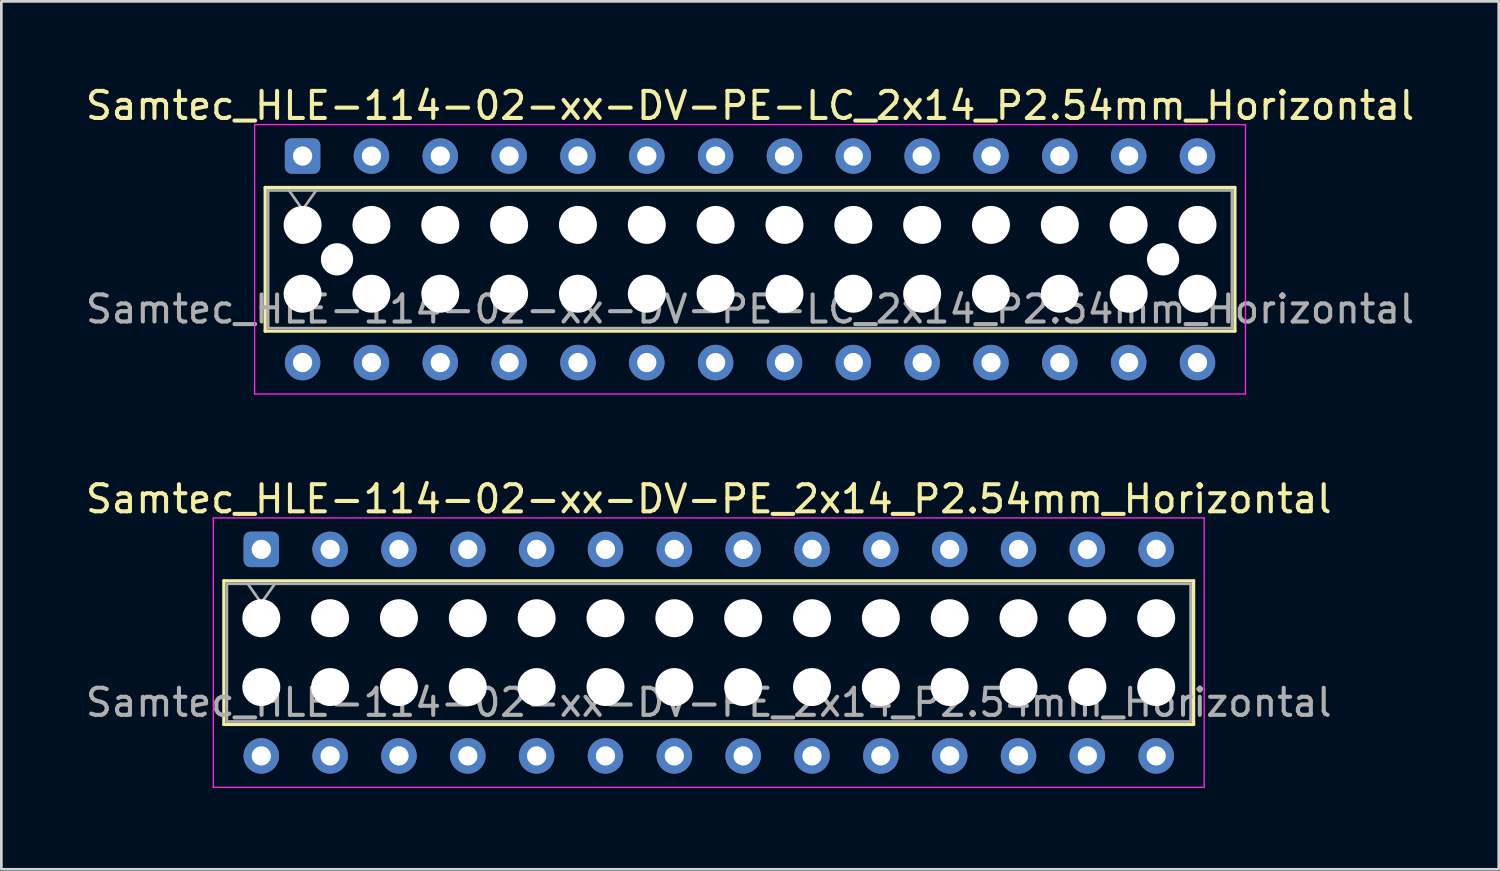
<source format=kicad_pcb>
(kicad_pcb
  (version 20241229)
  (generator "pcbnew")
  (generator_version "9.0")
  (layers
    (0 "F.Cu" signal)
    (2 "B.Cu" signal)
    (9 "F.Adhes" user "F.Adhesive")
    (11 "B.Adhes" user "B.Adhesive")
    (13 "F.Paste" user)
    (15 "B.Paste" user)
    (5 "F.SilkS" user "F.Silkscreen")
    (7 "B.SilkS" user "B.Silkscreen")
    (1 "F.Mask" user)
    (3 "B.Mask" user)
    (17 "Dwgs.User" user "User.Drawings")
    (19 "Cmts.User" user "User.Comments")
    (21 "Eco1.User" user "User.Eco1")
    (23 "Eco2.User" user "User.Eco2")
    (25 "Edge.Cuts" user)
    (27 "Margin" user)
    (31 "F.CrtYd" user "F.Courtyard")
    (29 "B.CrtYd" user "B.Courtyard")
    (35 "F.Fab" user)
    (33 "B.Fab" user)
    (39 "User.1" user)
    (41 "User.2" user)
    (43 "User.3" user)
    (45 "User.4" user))
  (footprint "Samtec_HLE-114-02-xx-DV-PE-LC_2x14_P2.54mm_Horizontal"
    (layer "F.Cu")
    (at 8.115 2.708)
    (property "Reference" "Samtec_HLE-114-02-xx-DV-PE-LC_2x14_P2.54mm_Horizontal" (at 16.51 -1.86 0) (layer "F.SilkS") (effects (font (size 1 1) (thickness 0.15))))
    (attr through_hole)
    (fp_line (start -1.38 1.16) (end 34.4 1.16) (stroke (width 0.12) (type solid)) (layer "F.SilkS"))
    (fp_line (start -1.38 6.46) (end -1.38 1.16) (stroke (width 0.12) (type solid)) (layer "F.SilkS"))
    (fp_line (start 34.4 1.16) (end 34.4 6.46) (stroke (width 0.12) (type solid)) (layer "F.SilkS"))
    (fp_line (start 34.4 6.46) (end -1.38 6.46) (stroke (width 0.12) (type solid)) (layer "F.SilkS"))
    (fp_line (start -1.77 -1.16) (end 34.79 -1.16) (stroke (width 0.05) (type solid)) (layer "F.CrtYd"))
    (fp_line (start -1.77 8.78) (end -1.77 -1.16) (stroke (width 0.05) (type solid)) (layer "F.CrtYd"))
    (fp_line (start 34.79 -1.16) (end 34.79 8.78) (stroke (width 0.05) (type solid)) (layer "F.CrtYd"))
    (fp_line (start 34.79 8.78) (end -1.77 8.78) (stroke (width 0.05) (type solid)) (layer "F.CrtYd"))
    (fp_line (start -1.27 1.27) (end 34.29 1.27) (stroke (width 0.1) (type solid)) (layer "F.Fab"))
    (fp_line (start -1.27 6.35) (end -1.27 1.27) (stroke (width 0.1) (type solid)) (layer "F.Fab"))
    (fp_line (start -0.5 1.27) (end 0 1.977) (stroke (width 0.1) (type solid)) (layer "F.Fab"))
    (fp_line (start 0 1.977) (end 0.5 1.27) (stroke (width 0.1) (type solid)) (layer "F.Fab"))
    (fp_line (start 34.29 1.27) (end 34.29 6.35) (stroke (width 0.1) (type solid)) (layer "F.Fab"))
    (fp_line (start 34.29 6.35) (end -1.27 6.35) (stroke (width 0.1) (type solid)) (layer "F.Fab"))
    (fp_text user "${REFERENCE}" (at 16.51 5.65 0) (layer "F.Fab") (effects (font (size 1 1) (thickness 0.15))))
    (pad "" np_thru_hole circle (at 0 2.54) (size 1.4 1.4) (drill 1.4) (layers "*.Cu" "*.Mask"))
    (pad "" np_thru_hole circle (at 0 5.08) (size 1.4 1.4) (drill 1.4) (layers "*.Cu" "*.Mask"))
    (pad "" np_thru_hole circle (at 1.27 3.81) (size 1.19 1.19) (drill 1.19) (layers "*.Cu" "*.Mask"))
    (pad "" np_thru_hole circle (at 2.54 2.54) (size 1.4 1.4) (drill 1.4) (layers "*.Cu" "*.Mask"))
    (pad "" np_thru_hole circle (at 2.54 5.08) (size 1.4 1.4) (drill 1.4) (layers "*.Cu" "*.Mask"))
    (pad "" np_thru_hole circle (at 5.08 2.54) (size 1.4 1.4) (drill 1.4) (layers "*.Cu" "*.Mask"))
    (pad "" np_thru_hole circle (at 5.08 5.08) (size 1.4 1.4) (drill 1.4) (layers "*.Cu" "*.Mask"))
    (pad "" np_thru_hole circle (at 7.62 2.54) (size 1.4 1.4) (drill 1.4) (layers "*.Cu" "*.Mask"))
    (pad "" np_thru_hole circle (at 7.62 5.08) (size 1.4 1.4) (drill 1.4) (layers "*.Cu" "*.Mask"))
    (pad "" np_thru_hole circle (at 10.16 2.54) (size 1.4 1.4) (drill 1.4) (layers "*.Cu" "*.Mask"))
    (pad "" np_thru_hole circle (at 10.16 5.08) (size 1.4 1.4) (drill 1.4) (layers "*.Cu" "*.Mask"))
    (pad "" np_thru_hole circle (at 12.7 2.54) (size 1.4 1.4) (drill 1.4) (layers "*.Cu" "*.Mask"))
    (pad "" np_thru_hole circle (at 12.7 5.08) (size 1.4 1.4) (drill 1.4) (layers "*.Cu" "*.Mask"))
    (pad "" np_thru_hole circle (at 15.24 2.54) (size 1.4 1.4) (drill 1.4) (layers "*.Cu" "*.Mask"))
    (pad "" np_thru_hole circle (at 15.24 5.08) (size 1.4 1.4) (drill 1.4) (layers "*.Cu" "*.Mask"))
    (pad "" np_thru_hole circle (at 17.78 2.54) (size 1.4 1.4) (drill 1.4) (layers "*.Cu" "*.Mask"))
    (pad "" np_thru_hole circle (at 17.78 5.08) (size 1.4 1.4) (drill 1.4) (layers "*.Cu" "*.Mask"))
    (pad "" np_thru_hole circle (at 20.32 2.54) (size 1.4 1.4) (drill 1.4) (layers "*.Cu" "*.Mask"))
    (pad "" np_thru_hole circle (at 20.32 5.08) (size 1.4 1.4) (drill 1.4) (layers "*.Cu" "*.Mask"))
    (pad "" np_thru_hole circle (at 22.86 2.54) (size 1.4 1.4) (drill 1.4) (layers "*.Cu" "*.Mask"))
    (pad "" np_thru_hole circle (at 22.86 5.08) (size 1.4 1.4) (drill 1.4) (layers "*.Cu" "*.Mask"))
    (pad "" np_thru_hole circle (at 25.4 2.54) (size 1.4 1.4) (drill 1.4) (layers "*.Cu" "*.Mask"))
    (pad "" np_thru_hole circle (at 25.4 5.08) (size 1.4 1.4) (drill 1.4) (layers "*.Cu" "*.Mask"))
    (pad "" np_thru_hole circle (at 27.94 2.54) (size 1.4 1.4) (drill 1.4) (layers "*.Cu" "*.Mask"))
    (pad "" np_thru_hole circle (at 27.94 5.08) (size 1.4 1.4) (drill 1.4) (layers "*.Cu" "*.Mask"))
    (pad "" np_thru_hole circle (at 30.48 2.54) (size 1.4 1.4) (drill 1.4) (layers "*.Cu" "*.Mask"))
    (pad "" np_thru_hole circle (at 30.48 5.08) (size 1.4 1.4) (drill 1.4) (layers "*.Cu" "*.Mask"))
    (pad "" np_thru_hole circle (at 31.75 3.81) (size 1.19 1.19) (drill 1.19) (layers "*.Cu" "*.Mask"))
    (pad "" np_thru_hole circle (at 33.02 2.54) (size 1.4 1.4) (drill 1.4) (layers "*.Cu" "*.Mask"))
    (pad "" np_thru_hole circle (at 33.02 5.08) (size 1.4 1.4) (drill 1.4) (layers "*.Cu" "*.Mask"))
    (pad "1" thru_hole roundrect (at 0 0) (size 1.31 1.31) (drill 0.71) (layers "*.Cu" "*.Mask") (roundrect_rratio 0.191))
    (pad "2" thru_hole circle (at 0 7.62) (size 1.31 1.31) (drill 0.71) (layers "*.Cu" "*.Mask"))
    (pad "3" thru_hole circle (at 2.54 0) (size 1.31 1.31) (drill 0.71) (layers "*.Cu" "*.Mask"))
    (pad "4" thru_hole circle (at 2.54 7.62) (size 1.31 1.31) (drill 0.71) (layers "*.Cu" "*.Mask"))
    (pad "5" thru_hole circle (at 5.08 0) (size 1.31 1.31) (drill 0.71) (layers "*.Cu" "*.Mask"))
    (pad "6" thru_hole circle (at 5.08 7.62) (size 1.31 1.31) (drill 0.71) (layers "*.Cu" "*.Mask"))
    (pad "7" thru_hole circle (at 7.62 0) (size 1.31 1.31) (drill 0.71) (layers "*.Cu" "*.Mask"))
    (pad "8" thru_hole circle (at 7.62 7.62) (size 1.31 1.31) (drill 0.71) (layers "*.Cu" "*.Mask"))
    (pad "9" thru_hole circle (at 10.16 0) (size 1.31 1.31) (drill 0.71) (layers "*.Cu" "*.Mask"))
    (pad "10" thru_hole circle (at 10.16 7.62) (size 1.31 1.31) (drill 0.71) (layers "*.Cu" "*.Mask"))
    (pad "11" thru_hole circle (at 12.7 0) (size 1.31 1.31) (drill 0.71) (layers "*.Cu" "*.Mask"))
    (pad "12" thru_hole circle (at 12.7 7.62) (size 1.31 1.31) (drill 0.71) (layers "*.Cu" "*.Mask"))
    (pad "13" thru_hole circle (at 15.24 0) (size 1.31 1.31) (drill 0.71) (layers "*.Cu" "*.Mask"))
    (pad "14" thru_hole circle (at 15.24 7.62) (size 1.31 1.31) (drill 0.71) (layers "*.Cu" "*.Mask"))
    (pad "15" thru_hole circle (at 17.78 0) (size 1.31 1.31) (drill 0.71) (layers "*.Cu" "*.Mask"))
    (pad "16" thru_hole circle (at 17.78 7.62) (size 1.31 1.31) (drill 0.71) (layers "*.Cu" "*.Mask"))
    (pad "17" thru_hole circle (at 20.32 0) (size 1.31 1.31) (drill 0.71) (layers "*.Cu" "*.Mask"))
    (pad "18" thru_hole circle (at 20.32 7.62) (size 1.31 1.31) (drill 0.71) (layers "*.Cu" "*.Mask"))
    (pad "19" thru_hole circle (at 22.86 0) (size 1.31 1.31) (drill 0.71) (layers "*.Cu" "*.Mask"))
    (pad "20" thru_hole circle (at 22.86 7.62) (size 1.31 1.31) (drill 0.71) (layers "*.Cu" "*.Mask"))
    (pad "21" thru_hole circle (at 25.4 0) (size 1.31 1.31) (drill 0.71) (layers "*.Cu" "*.Mask"))
    (pad "22" thru_hole circle (at 25.4 7.62) (size 1.31 1.31) (drill 0.71) (layers "*.Cu" "*.Mask"))
    (pad "23" thru_hole circle (at 27.94 0) (size 1.31 1.31) (drill 0.71) (layers "*.Cu" "*.Mask"))
    (pad "24" thru_hole circle (at 27.94 7.62) (size 1.31 1.31) (drill 0.71) (layers "*.Cu" "*.Mask"))
    (pad "25" thru_hole circle (at 30.48 0) (size 1.31 1.31) (drill 0.71) (layers "*.Cu" "*.Mask"))
    (pad "26" thru_hole circle (at 30.48 7.62) (size 1.31 1.31) (drill 0.71) (layers "*.Cu" "*.Mask"))
    (pad "27" thru_hole circle (at 33.02 0) (size 1.31 1.31) (drill 0.71) (layers "*.Cu" "*.Mask"))
    (pad "28" thru_hole circle (at 33.02 7.62) (size 1.31 1.31) (drill 0.71) (layers "*.Cu" "*.Mask")))
  (footprint "Samtec_HLE-114-02-xx-DV-PE_2x14_P2.54mm_Horizontal"
    (layer "F.Cu")
    (at 6.591 17.221)
    (property "Reference" "Samtec_HLE-114-02-xx-DV-PE_2x14_P2.54mm_Horizontal" (at 16.51 -1.86 0) (layer "F.SilkS") (effects (font (size 1 1) (thickness 0.15))))
    (attr through_hole)
    (fp_line (start -1.38 1.16) (end 34.4 1.16) (stroke (width 0.12) (type solid)) (layer "F.SilkS"))
    (fp_line (start -1.38 6.46) (end -1.38 1.16) (stroke (width 0.12) (type solid)) (layer "F.SilkS"))
    (fp_line (start 34.4 1.16) (end 34.4 6.46) (stroke (width 0.12) (type solid)) (layer "F.SilkS"))
    (fp_line (start 34.4 6.46) (end -1.38 6.46) (stroke (width 0.12) (type solid)) (layer "F.SilkS"))
    (fp_line (start -1.77 -1.16) (end 34.79 -1.16) (stroke (width 0.05) (type solid)) (layer "F.CrtYd"))
    (fp_line (start -1.77 8.78) (end -1.77 -1.16) (stroke (width 0.05) (type solid)) (layer "F.CrtYd"))
    (fp_line (start 34.79 -1.16) (end 34.79 8.78) (stroke (width 0.05) (type solid)) (layer "F.CrtYd"))
    (fp_line (start 34.79 8.78) (end -1.77 8.78) (stroke (width 0.05) (type solid)) (layer "F.CrtYd"))
    (fp_line (start -1.27 1.27) (end 34.29 1.27) (stroke (width 0.1) (type solid)) (layer "F.Fab"))
    (fp_line (start -1.27 6.35) (end -1.27 1.27) (stroke (width 0.1) (type solid)) (layer "F.Fab"))
    (fp_line (start -0.5 1.27) (end 0 1.977) (stroke (width 0.1) (type solid)) (layer "F.Fab"))
    (fp_line (start 0 1.977) (end 0.5 1.27) (stroke (width 0.1) (type solid)) (layer "F.Fab"))
    (fp_line (start 34.29 1.27) (end 34.29 6.35) (stroke (width 0.1) (type solid)) (layer "F.Fab"))
    (fp_line (start 34.29 6.35) (end -1.27 6.35) (stroke (width 0.1) (type solid)) (layer "F.Fab"))
    (fp_text user "${REFERENCE}" (at 16.51 5.65 0) (layer "F.Fab") (effects (font (size 1 1) (thickness 0.15))))
    (pad "" np_thru_hole circle (at 0 2.54) (size 1.4 1.4) (drill 1.4) (layers "*.Cu" "*.Mask"))
    (pad "" np_thru_hole circle (at 0 5.08) (size 1.4 1.4) (drill 1.4) (layers "*.Cu" "*.Mask"))
    (pad "" np_thru_hole circle (at 2.54 2.54) (size 1.4 1.4) (drill 1.4) (layers "*.Cu" "*.Mask"))
    (pad "" np_thru_hole circle (at 2.54 5.08) (size 1.4 1.4) (drill 1.4) (layers "*.Cu" "*.Mask"))
    (pad "" np_thru_hole circle (at 5.08 2.54) (size 1.4 1.4) (drill 1.4) (layers "*.Cu" "*.Mask"))
    (pad "" np_thru_hole circle (at 5.08 5.08) (size 1.4 1.4) (drill 1.4) (layers "*.Cu" "*.Mask"))
    (pad "" np_thru_hole circle (at 7.62 2.54) (size 1.4 1.4) (drill 1.4) (layers "*.Cu" "*.Mask"))
    (pad "" np_thru_hole circle (at 7.62 5.08) (size 1.4 1.4) (drill 1.4) (layers "*.Cu" "*.Mask"))
    (pad "" np_thru_hole circle (at 10.16 2.54) (size 1.4 1.4) (drill 1.4) (layers "*.Cu" "*.Mask"))
    (pad "" np_thru_hole circle (at 10.16 5.08) (size 1.4 1.4) (drill 1.4) (layers "*.Cu" "*.Mask"))
    (pad "" np_thru_hole circle (at 12.7 2.54) (size 1.4 1.4) (drill 1.4) (layers "*.Cu" "*.Mask"))
    (pad "" np_thru_hole circle (at 12.7 5.08) (size 1.4 1.4) (drill 1.4) (layers "*.Cu" "*.Mask"))
    (pad "" np_thru_hole circle (at 15.24 2.54) (size 1.4 1.4) (drill 1.4) (layers "*.Cu" "*.Mask"))
    (pad "" np_thru_hole circle (at 15.24 5.08) (size 1.4 1.4) (drill 1.4) (layers "*.Cu" "*.Mask"))
    (pad "" np_thru_hole circle (at 17.78 2.54) (size 1.4 1.4) (drill 1.4) (layers "*.Cu" "*.Mask"))
    (pad "" np_thru_hole circle (at 17.78 5.08) (size 1.4 1.4) (drill 1.4) (layers "*.Cu" "*.Mask"))
    (pad "" np_thru_hole circle (at 20.32 2.54) (size 1.4 1.4) (drill 1.4) (layers "*.Cu" "*.Mask"))
    (pad "" np_thru_hole circle (at 20.32 5.08) (size 1.4 1.4) (drill 1.4) (layers "*.Cu" "*.Mask"))
    (pad "" np_thru_hole circle (at 22.86 2.54) (size 1.4 1.4) (drill 1.4) (layers "*.Cu" "*.Mask"))
    (pad "" np_thru_hole circle (at 22.86 5.08) (size 1.4 1.4) (drill 1.4) (layers "*.Cu" "*.Mask"))
    (pad "" np_thru_hole circle (at 25.4 2.54) (size 1.4 1.4) (drill 1.4) (layers "*.Cu" "*.Mask"))
    (pad "" np_thru_hole circle (at 25.4 5.08) (size 1.4 1.4) (drill 1.4) (layers "*.Cu" "*.Mask"))
    (pad "" np_thru_hole circle (at 27.94 2.54) (size 1.4 1.4) (drill 1.4) (layers "*.Cu" "*.Mask"))
    (pad "" np_thru_hole circle (at 27.94 5.08) (size 1.4 1.4) (drill 1.4) (layers "*.Cu" "*.Mask"))
    (pad "" np_thru_hole circle (at 30.48 2.54) (size 1.4 1.4) (drill 1.4) (layers "*.Cu" "*.Mask"))
    (pad "" np_thru_hole circle (at 30.48 5.08) (size 1.4 1.4) (drill 1.4) (layers "*.Cu" "*.Mask"))
    (pad "" np_thru_hole circle (at 33.02 2.54) (size 1.4 1.4) (drill 1.4) (layers "*.Cu" "*.Mask"))
    (pad "" np_thru_hole circle (at 33.02 5.08) (size 1.4 1.4) (drill 1.4) (layers "*.Cu" "*.Mask"))
    (pad "1" thru_hole roundrect (at 0 0) (size 1.31 1.31) (drill 0.71) (layers "*.Cu" "*.Mask") (roundrect_rratio 0.191))
    (pad "2" thru_hole circle (at 0 7.62) (size 1.31 1.31) (drill 0.71) (layers "*.Cu" "*.Mask"))
    (pad "3" thru_hole circle (at 2.54 0) (size 1.31 1.31) (drill 0.71) (layers "*.Cu" "*.Mask"))
    (pad "4" thru_hole circle (at 2.54 7.62) (size 1.31 1.31) (drill 0.71) (layers "*.Cu" "*.Mask"))
    (pad "5" thru_hole circle (at 5.08 0) (size 1.31 1.31) (drill 0.71) (layers "*.Cu" "*.Mask"))
    (pad "6" thru_hole circle (at 5.08 7.62) (size 1.31 1.31) (drill 0.71) (layers "*.Cu" "*.Mask"))
    (pad "7" thru_hole circle (at 7.62 0) (size 1.31 1.31) (drill 0.71) (layers "*.Cu" "*.Mask"))
    (pad "8" thru_hole circle (at 7.62 7.62) (size 1.31 1.31) (drill 0.71) (layers "*.Cu" "*.Mask"))
    (pad "9" thru_hole circle (at 10.16 0) (size 1.31 1.31) (drill 0.71) (layers "*.Cu" "*.Mask"))
    (pad "10" thru_hole circle (at 10.16 7.62) (size 1.31 1.31) (drill 0.71) (layers "*.Cu" "*.Mask"))
    (pad "11" thru_hole circle (at 12.7 0) (size 1.31 1.31) (drill 0.71) (layers "*.Cu" "*.Mask"))
    (pad "12" thru_hole circle (at 12.7 7.62) (size 1.31 1.31) (drill 0.71) (layers "*.Cu" "*.Mask"))
    (pad "13" thru_hole circle (at 15.24 0) (size 1.31 1.31) (drill 0.71) (layers "*.Cu" "*.Mask"))
    (pad "14" thru_hole circle (at 15.24 7.62) (size 1.31 1.31) (drill 0.71) (layers "*.Cu" "*.Mask"))
    (pad "15" thru_hole circle (at 17.78 0) (size 1.31 1.31) (drill 0.71) (layers "*.Cu" "*.Mask"))
    (pad "16" thru_hole circle (at 17.78 7.62) (size 1.31 1.31) (drill 0.71) (layers "*.Cu" "*.Mask"))
    (pad "17" thru_hole circle (at 20.32 0) (size 1.31 1.31) (drill 0.71) (layers "*.Cu" "*.Mask"))
    (pad "18" thru_hole circle (at 20.32 7.62) (size 1.31 1.31) (drill 0.71) (layers "*.Cu" "*.Mask"))
    (pad "19" thru_hole circle (at 22.86 0) (size 1.31 1.31) (drill 0.71) (layers "*.Cu" "*.Mask"))
    (pad "20" thru_hole circle (at 22.86 7.62) (size 1.31 1.31) (drill 0.71) (layers "*.Cu" "*.Mask"))
    (pad "21" thru_hole circle (at 25.4 0) (size 1.31 1.31) (drill 0.71) (layers "*.Cu" "*.Mask"))
    (pad "22" thru_hole circle (at 25.4 7.62) (size 1.31 1.31) (drill 0.71) (layers "*.Cu" "*.Mask"))
    (pad "23" thru_hole circle (at 27.94 0) (size 1.31 1.31) (drill 0.71) (layers "*.Cu" "*.Mask"))
    (pad "24" thru_hole circle (at 27.94 7.62) (size 1.31 1.31) (drill 0.71) (layers "*.Cu" "*.Mask"))
    (pad "25" thru_hole circle (at 30.48 0) (size 1.31 1.31) (drill 0.71) (layers "*.Cu" "*.Mask"))
    (pad "26" thru_hole circle (at 30.48 7.62) (size 1.31 1.31) (drill 0.71) (layers "*.Cu" "*.Mask"))
    (pad "27" thru_hole circle (at 33.02 0) (size 1.31 1.31) (drill 0.71) (layers "*.Cu" "*.Mask"))
    (pad "28" thru_hole circle (at 33.02 7.62) (size 1.31 1.31) (drill 0.71) (layers "*.Cu" "*.Mask")))
  (gr_rect
    (start -3 -3)
    (end 52.25 29.026)
    (stroke (width 0.1) (type default))
    (fill no)
    (layer "Edge.Cuts")))
</source>
